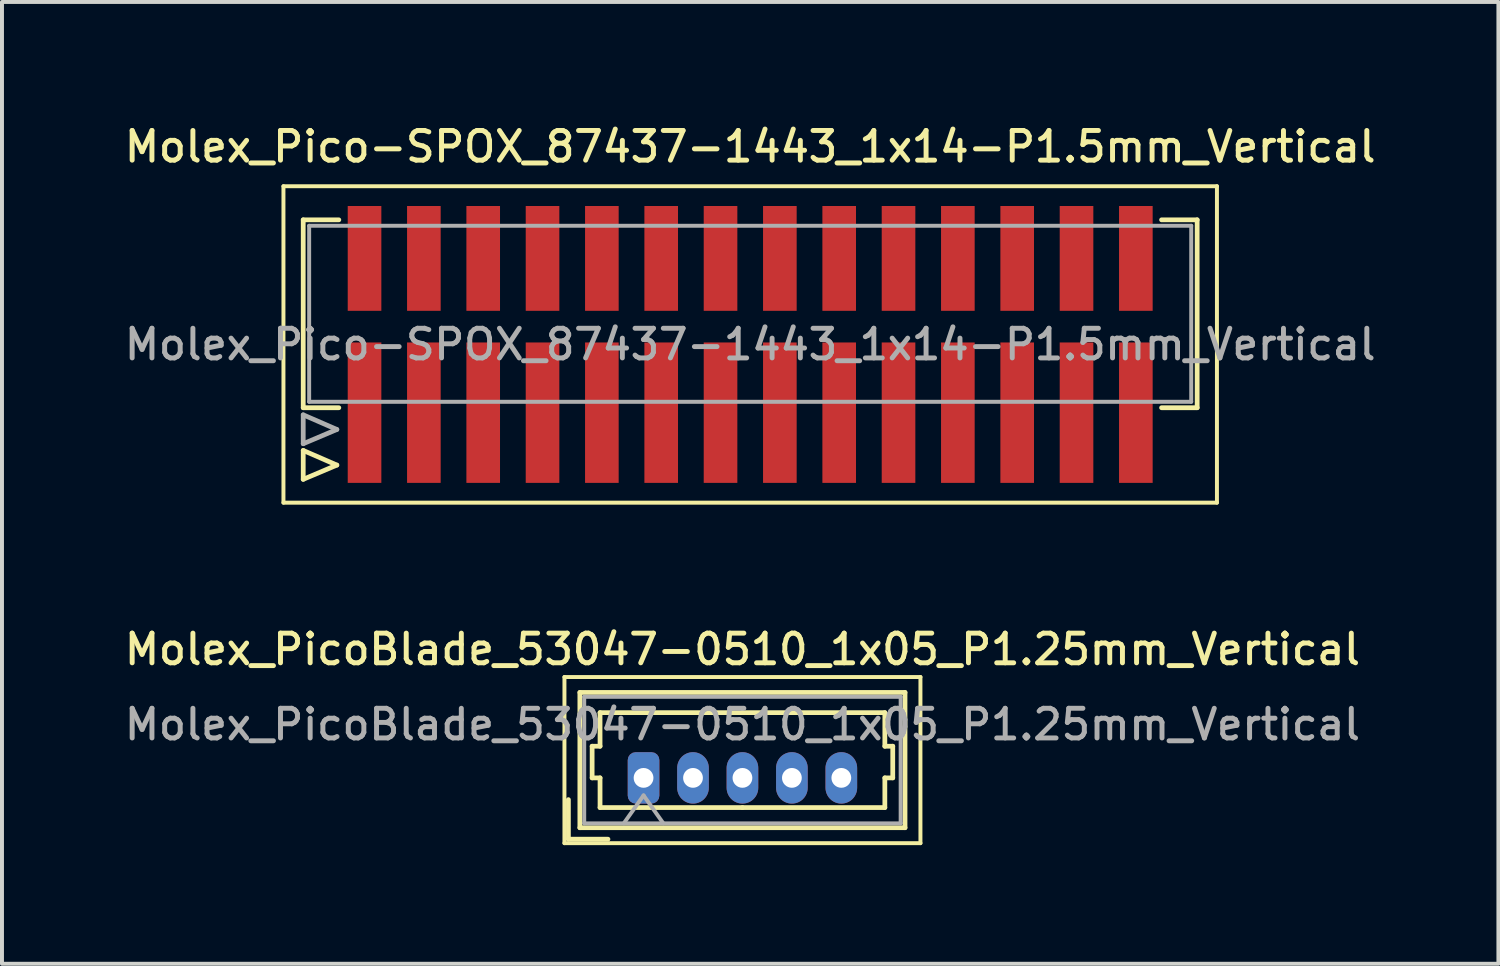
<source format=kicad_pcb>
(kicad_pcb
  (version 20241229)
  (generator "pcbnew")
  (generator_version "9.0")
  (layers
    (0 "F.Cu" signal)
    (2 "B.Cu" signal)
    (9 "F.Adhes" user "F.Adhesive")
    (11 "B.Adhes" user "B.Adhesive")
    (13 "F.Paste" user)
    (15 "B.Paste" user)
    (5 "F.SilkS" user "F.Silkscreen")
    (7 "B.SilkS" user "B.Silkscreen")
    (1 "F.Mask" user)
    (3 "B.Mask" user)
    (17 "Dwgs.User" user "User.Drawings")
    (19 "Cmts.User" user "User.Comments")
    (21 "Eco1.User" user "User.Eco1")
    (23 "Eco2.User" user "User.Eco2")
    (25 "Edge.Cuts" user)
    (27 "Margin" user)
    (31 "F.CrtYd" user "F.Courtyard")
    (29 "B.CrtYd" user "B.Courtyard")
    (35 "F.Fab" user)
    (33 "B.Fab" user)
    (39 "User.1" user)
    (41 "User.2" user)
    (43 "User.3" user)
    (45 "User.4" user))
  (footprint "Molex_PicoBlade_53047-0510_1x05_P1.25mm_Vertical"
    (layer "F.Cu")
    (at 13.22 16.616)
    (property "Reference" "Molex_PicoBlade_53047-0510_1x05_P1.25mm_Vertical" (at 2.5 -3.25 0) (layer "F.SilkS") (effects (font (size 0.75 0.75) (thickness 0.125))))
    (attr through_hole)
    (fp_line (start -2 -2.55) (end -2 1.65) (stroke (width 0.1) (type solid)) (layer "F.SilkS"))
    (fp_line (start -2 1.65) (end 7 1.65) (stroke (width 0.1) (type solid)) (layer "F.SilkS"))
    (fp_line (start -1.9 1.55) (end -1.9 0.55) (stroke (width 0.12) (type solid)) (layer "F.SilkS"))
    (fp_line (start -1.9 1.55) (end -0.9 1.55) (stroke (width 0.12) (type solid)) (layer "F.SilkS"))
    (fp_line (start -1.61 -2.16) (end -1.61 1.26) (stroke (width 0.12) (type solid)) (layer "F.SilkS"))
    (fp_line (start -1.61 1.26) (end 6.61 1.26) (stroke (width 0.12) (type solid)) (layer "F.SilkS"))
    (fp_line (start -1.3 -0.8) (end -1.1 -0.8) (stroke (width 0.12) (type solid)) (layer "F.SilkS"))
    (fp_line (start -1.3 0) (end -1.3 -0.8) (stroke (width 0.12) (type solid)) (layer "F.SilkS"))
    (fp_line (start -1.1 -1.65) (end 2.5 -1.65) (stroke (width 0.12) (type solid)) (layer "F.SilkS"))
    (fp_line (start -1.1 -0.8) (end -1.1 -1.65) (stroke (width 0.12) (type solid)) (layer "F.SilkS"))
    (fp_line (start -1.1 0) (end -1.3 0) (stroke (width 0.12) (type solid)) (layer "F.SilkS"))
    (fp_line (start -1.1 0.75) (end -1.1 0) (stroke (width 0.12) (type solid)) (layer "F.SilkS"))
    (fp_line (start 2.5 0.75) (end -1.1 0.75) (stroke (width 0.12) (type solid)) (layer "F.SilkS"))
    (fp_line (start 2.5 0.75) (end 6.1 0.75) (stroke (width 0.12) (type solid)) (layer "F.SilkS"))
    (fp_line (start 6.1 -1.65) (end 2.5 -1.65) (stroke (width 0.12) (type solid)) (layer "F.SilkS"))
    (fp_line (start 6.1 -0.8) (end 6.1 -1.65) (stroke (width 0.12) (type solid)) (layer "F.SilkS"))
    (fp_line (start 6.1 0) (end 6.3 0) (stroke (width 0.12) (type solid)) (layer "F.SilkS"))
    (fp_line (start 6.1 0.75) (end 6.1 0) (stroke (width 0.12) (type solid)) (layer "F.SilkS"))
    (fp_line (start 6.3 -0.8) (end 6.1 -0.8) (stroke (width 0.12) (type solid)) (layer "F.SilkS"))
    (fp_line (start 6.3 0) (end 6.3 -0.8) (stroke (width 0.12) (type solid)) (layer "F.SilkS"))
    (fp_line (start 6.61 -2.16) (end -1.61 -2.16) (stroke (width 0.12) (type solid)) (layer "F.SilkS"))
    (fp_line (start 6.61 1.26) (end 6.61 -2.16) (stroke (width 0.12) (type solid)) (layer "F.SilkS"))
    (fp_line (start 7 -2.55) (end -2 -2.55) (stroke (width 0.1) (type solid)) (layer "F.SilkS"))
    (fp_line (start 7 1.65) (end 7 -2.55) (stroke (width 0.1) (type solid)) (layer "F.SilkS"))
    (fp_line (start -1.5 -2.05) (end -1.5 1.15) (stroke (width 0.1) (type solid)) (layer "F.Fab"))
    (fp_line (start -1.5 1.15) (end 6.5 1.15) (stroke (width 0.1) (type solid)) (layer "F.Fab"))
    (fp_line (start -0.5 1.15) (end 0 0.443) (stroke (width 0.1) (type solid)) (layer "F.Fab"))
    (fp_line (start 0 0.443) (end 0.5 1.15) (stroke (width 0.1) (type solid)) (layer "F.Fab"))
    (fp_line (start 6.5 -2.05) (end -1.5 -2.05) (stroke (width 0.1) (type solid)) (layer "F.Fab"))
    (fp_line (start 6.5 1.15) (end 6.5 -2.05) (stroke (width 0.1) (type solid)) (layer "F.Fab"))
    (fp_text user "${REFERENCE}" (at 2.5 -1.35 0) (layer "F.Fab") (effects (font (size 0.75 0.75) (thickness 0.125))))
    (pad "1" thru_hole roundrect (at 0 0) (size 0.8 1.3) (drill 0.5) (layers "*.Cu" "*.Mask") (roundrect_rratio 0.25))
    (pad "2" thru_hole oval (at 1.25 0) (size 0.8 1.3) (drill 0.5) (layers "*.Cu" "*.Mask"))
    (pad "3" thru_hole oval (at 2.5 0) (size 0.8 1.3) (drill 0.5) (layers "*.Cu" "*.Mask"))
    (pad "4" thru_hole oval (at 3.75 0) (size 0.8 1.3) (drill 0.5) (layers "*.Cu" "*.Mask"))
    (pad "5" thru_hole oval (at 5 0) (size 0.8 1.3) (drill 0.5) (layers "*.Cu" "*.Mask")))
  (footprint "Molex_Pico-SPOX_87437-1443_1x14-P1.5mm_Vertical"
    (layer "F.Cu")
    (at 15.916 5.658)
    (property "Reference" "Molex_Pico-SPOX_87437-1443_1x14-P1.5mm_Vertical" (at 0 -5 0) (layer "F.SilkS") (effects (font (size 0.75 0.75) (thickness 0.125))))
    (attr smd)
    (fp_line (start -11.8 -4) (end 11.8 -4) (stroke (width 0.1) (type solid)) (layer "F.SilkS"))
    (fp_line (start -11.8 4) (end -11.8 -4) (stroke (width 0.1) (type solid)) (layer "F.SilkS"))
    (fp_line (start -11.3 -3.15) (end -10.4 -3.15) (stroke (width 0.12) (type solid)) (layer "F.SilkS"))
    (fp_line (start -11.3 1.6) (end -11.3 -3.15) (stroke (width 0.12) (type solid)) (layer "F.SilkS"))
    (fp_line (start -11.3 2.68) (end -11.3 3.41) (stroke (width 0.12) (type solid)) (layer "F.SilkS"))
    (fp_line (start -11.3 3.41) (end -10.45 3.05) (stroke (width 0.12) (type solid)) (layer "F.SilkS"))
    (fp_line (start -10.45 3.05) (end -11.3 2.68) (stroke (width 0.12) (type solid)) (layer "F.SilkS"))
    (fp_line (start -10.4 1.6) (end -11.3 1.6) (stroke (width 0.12) (type solid)) (layer "F.SilkS"))
    (fp_line (start 11.3 -3.15) (end 10.4 -3.15) (stroke (width 0.12) (type solid)) (layer "F.SilkS"))
    (fp_line (start 11.3 -3.15) (end 11.3 1.6) (stroke (width 0.12) (type solid)) (layer "F.SilkS"))
    (fp_line (start 11.3 1.6) (end 10.4 1.6) (stroke (width 0.12) (type solid)) (layer "F.SilkS"))
    (fp_line (start 11.8 -4) (end 11.8 4) (stroke (width 0.1) (type solid)) (layer "F.SilkS"))
    (fp_line (start 11.8 4) (end -11.8 4) (stroke (width 0.1) (type solid)) (layer "F.SilkS"))
    (fp_line (start -11.3 1.78) (end -11.3 2.51) (stroke (width 0.12) (type solid)) (layer "F.Fab"))
    (fp_line (start -11.3 2.51) (end -10.45 2.15) (stroke (width 0.12) (type solid)) (layer "F.Fab"))
    (fp_line (start -11.15 -3) (end -11.15 1.45) (stroke (width 0.1) (type solid)) (layer "F.Fab"))
    (fp_line (start -11.15 -3) (end 11.15 -3) (stroke (width 0.1) (type solid)) (layer "F.Fab"))
    (fp_line (start -10.45 2.15) (end -11.3 1.78) (stroke (width 0.12) (type solid)) (layer "F.Fab"))
    (fp_line (start 11.15 -3) (end 11.15 1.45) (stroke (width 0.1) (type solid)) (layer "F.Fab"))
    (fp_line (start 11.15 1.45) (end -11.15 1.45) (stroke (width 0.1) (type solid)) (layer "F.Fab"))
    (fp_text user "${REFERENCE}" (at 0 0 0) (layer "F.Fab") (effects (font (size 0.75 0.75) (thickness 0.125))))
    (pad "1" smd rect (at -9.75 -2.175 90) (size 2.65 0.85) (layers "F.Cu" "F.Mask" "F.Paste"))
    (pad "1" smd rect (at -9.75 1.725 90) (size 3.55 0.85) (layers "F.Cu" "F.Mask" "F.Paste"))
    (pad "2" smd rect (at -8.25 -2.175 90) (size 2.65 0.85) (layers "F.Cu" "F.Mask" "F.Paste"))
    (pad "2" smd rect (at -8.25 1.725 90) (size 3.55 0.85) (layers "F.Cu" "F.Mask" "F.Paste"))
    (pad "3" smd rect (at -6.75 -2.175 90) (size 2.65 0.85) (layers "F.Cu" "F.Mask" "F.Paste"))
    (pad "3" smd rect (at -6.75 1.725 90) (size 3.55 0.85) (layers "F.Cu" "F.Mask" "F.Paste"))
    (pad "4" smd rect (at -5.25 -2.175 90) (size 2.65 0.85) (layers "F.Cu" "F.Mask" "F.Paste"))
    (pad "4" smd rect (at -5.25 1.725 90) (size 3.55 0.85) (layers "F.Cu" "F.Mask" "F.Paste"))
    (pad "5" smd rect (at -3.75 -2.175 90) (size 2.65 0.85) (layers "F.Cu" "F.Mask" "F.Paste"))
    (pad "5" smd rect (at -3.75 1.725 90) (size 3.55 0.85) (layers "F.Cu" "F.Mask" "F.Paste"))
    (pad "6" smd rect (at -2.25 -2.175 90) (size 2.65 0.85) (layers "F.Cu" "F.Mask" "F.Paste"))
    (pad "6" smd rect (at -2.25 1.725 90) (size 3.55 0.85) (layers "F.Cu" "F.Mask" "F.Paste"))
    (pad "7" smd rect (at -0.75 -2.175 90) (size 2.65 0.85) (layers "F.Cu" "F.Mask" "F.Paste"))
    (pad "7" smd rect (at -0.75 1.725 90) (size 3.55 0.85) (layers "F.Cu" "F.Mask" "F.Paste"))
    (pad "8" smd rect (at 0.75 -2.175 90) (size 2.65 0.85) (layers "F.Cu" "F.Mask" "F.Paste"))
    (pad "8" smd rect (at 0.75 1.725 90) (size 3.55 0.85) (layers "F.Cu" "F.Mask" "F.Paste"))
    (pad "9" smd rect (at 2.25 -2.175 90) (size 2.65 0.85) (layers "F.Cu" "F.Mask" "F.Paste"))
    (pad "9" smd rect (at 2.25 1.725 90) (size 3.55 0.85) (layers "F.Cu" "F.Mask" "F.Paste"))
    (pad "10" smd rect (at 3.75 -2.175 90) (size 2.65 0.85) (layers "F.Cu" "F.Mask" "F.Paste"))
    (pad "10" smd rect (at 3.75 1.725 90) (size 3.55 0.85) (layers "F.Cu" "F.Mask" "F.Paste"))
    (pad "11" smd rect (at 5.25 -2.175 90) (size 2.65 0.85) (layers "F.Cu" "F.Mask" "F.Paste"))
    (pad "11" smd rect (at 5.25 1.725 90) (size 3.55 0.85) (layers "F.Cu" "F.Mask" "F.Paste"))
    (pad "12" smd rect (at 6.75 -2.175 90) (size 2.65 0.85) (layers "F.Cu" "F.Mask" "F.Paste"))
    (pad "12" smd rect (at 6.75 1.725 90) (size 3.55 0.85) (layers "F.Cu" "F.Mask" "F.Paste"))
    (pad "13" smd rect (at 8.25 -2.175 90) (size 2.65 0.85) (layers "F.Cu" "F.Mask" "F.Paste"))
    (pad "13" smd rect (at 8.25 1.725 90) (size 3.55 0.85) (layers "F.Cu" "F.Mask" "F.Paste"))
    (pad "14" smd rect (at 9.75 -2.175 90) (size 2.65 0.85) (layers "F.Cu" "F.Mask" "F.Paste"))
    (pad "14" smd rect (at 9.75 1.725 90) (size 3.55 0.85) (layers "F.Cu" "F.Mask" "F.Paste")))
  (gr_rect
    (start -3 -3)
    (end 34.832 21.316)
    (stroke (width 0.1) (type default))
    (fill no)
    (layer "Edge.Cuts")))
</source>
